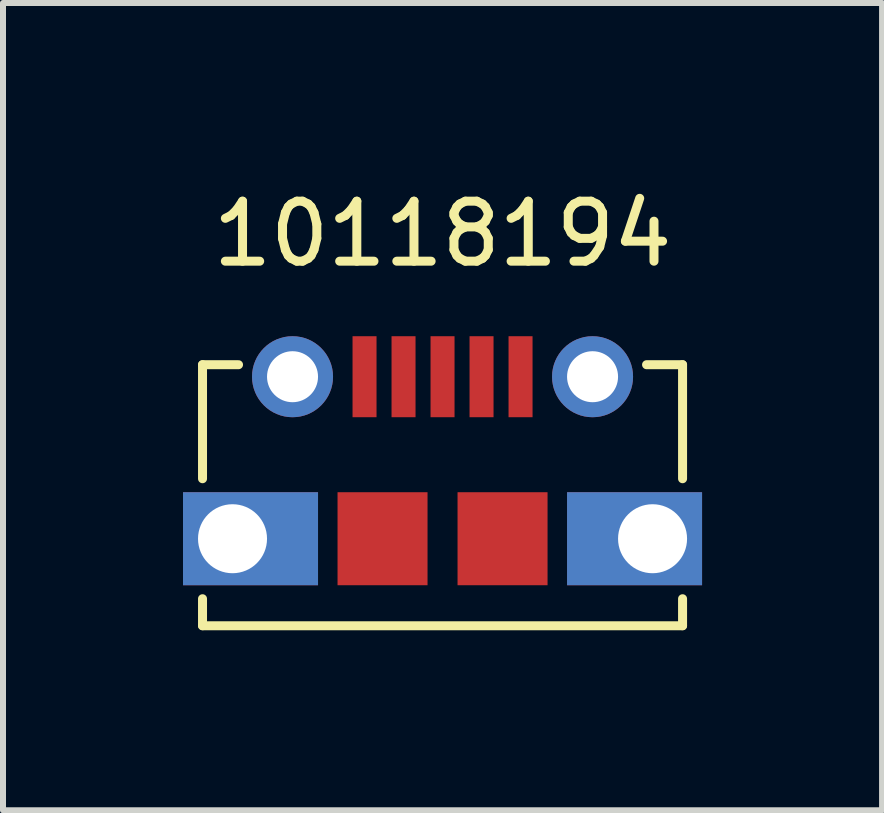
<source format=kicad_pcb>
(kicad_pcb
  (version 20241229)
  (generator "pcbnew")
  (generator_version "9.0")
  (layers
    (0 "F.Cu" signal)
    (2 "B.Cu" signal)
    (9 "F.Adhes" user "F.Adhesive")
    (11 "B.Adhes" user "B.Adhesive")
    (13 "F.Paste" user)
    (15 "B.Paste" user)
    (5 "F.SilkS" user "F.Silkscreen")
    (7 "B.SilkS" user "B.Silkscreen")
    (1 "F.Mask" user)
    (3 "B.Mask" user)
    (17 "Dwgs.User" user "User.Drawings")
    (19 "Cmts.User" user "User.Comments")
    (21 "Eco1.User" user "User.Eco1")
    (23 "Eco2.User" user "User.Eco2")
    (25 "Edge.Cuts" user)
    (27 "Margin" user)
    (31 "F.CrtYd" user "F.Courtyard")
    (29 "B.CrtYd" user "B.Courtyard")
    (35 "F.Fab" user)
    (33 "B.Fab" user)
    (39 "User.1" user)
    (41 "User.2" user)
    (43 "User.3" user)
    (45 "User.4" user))
  (footprint "10118194"
    (layer "F.Cu")
    (at 4.325 5.928)
    (property "Reference" "10118194" (at 0 -5.08 0) (layer "F.SilkS") (effects (font (size 1 1) (thickness 0.15))))
    (attr through_hole)
    (fp_line (start -4 -2.9) (end -3.4 -2.9) (stroke (width 0.15) (type solid)) (layer "F.SilkS"))
    (fp_line (start -4 -1) (end -4 -2.9) (stroke (width 0.15) (type solid)) (layer "F.SilkS"))
    (fp_line (start -4 1.45) (end -4 1) (stroke (width 0.15) (type solid)) (layer "F.SilkS"))
    (fp_line (start 4 -2.9) (end 3.4 -2.9) (stroke (width 0.15) (type solid)) (layer "F.SilkS"))
    (fp_line (start 4 -1) (end 4 -2.9) (stroke (width 0.15) (type solid)) (layer "F.SilkS"))
    (fp_line (start 4 1.45) (end -4 1.45) (stroke (width 0.15) (type solid)) (layer "F.SilkS"))
    (fp_line (start 4 1.45) (end 4 1) (stroke (width 0.15) (type solid)) (layer "F.SilkS"))
    (pad "1" smd rect (at -1.3 -2.7) (size 0.4 1.35) (layers "F.Cu" "F.Mask" "F.Paste"))
    (pad "2" smd rect (at -0.65 -2.7) (size 0.4 1.35) (layers "F.Cu" "F.Mask" "F.Paste"))
    (pad "3" smd rect (at 0 -2.7) (size 0.4 1.35) (layers "F.Cu" "F.Mask" "F.Paste"))
    (pad "4" smd rect (at 0.65 -2.7) (size 0.4 1.35) (layers "F.Cu" "F.Mask" "F.Paste"))
    (pad "5" thru_hole rect (at -3.5 0) (size 2.25 1.55) (drill 1.15 (offset 0.3 0)) (layers "*.Cu" "*.Mask"))
    (pad "5" thru_hole circle (at -2.5 -2.7) (size 1.35 1.35) (drill 0.85) (layers "*.Cu" "*.Mask"))
    (pad "5" smd rect (at -1 0) (size 1.5 1.55) (layers "F.Cu" "F.Mask" "F.Paste"))
    (pad "5" smd rect (at 1 0) (size 1.5 1.55) (layers "F.Cu" "F.Mask" "F.Paste"))
    (pad "5" smd rect (at 1.3 -2.7) (size 0.4 1.35) (layers "F.Cu" "F.Mask" "F.Paste"))
    (pad "5" thru_hole circle (at 2.5 -2.7) (size 1.35 1.35) (drill 0.85) (layers "*.Cu" "*.Mask"))
    (pad "5" thru_hole rect (at 3.5 0) (size 2.25 1.55) (drill 1.15 (offset -0.3 0)) (layers "*.Cu" "*.Mask")))
  (gr_rect
    (start -3 -3)
    (end 11.65 10.453)
    (stroke (width 0.1) (type default))
    (fill no)
    (layer "Edge.Cuts")))
</source>
